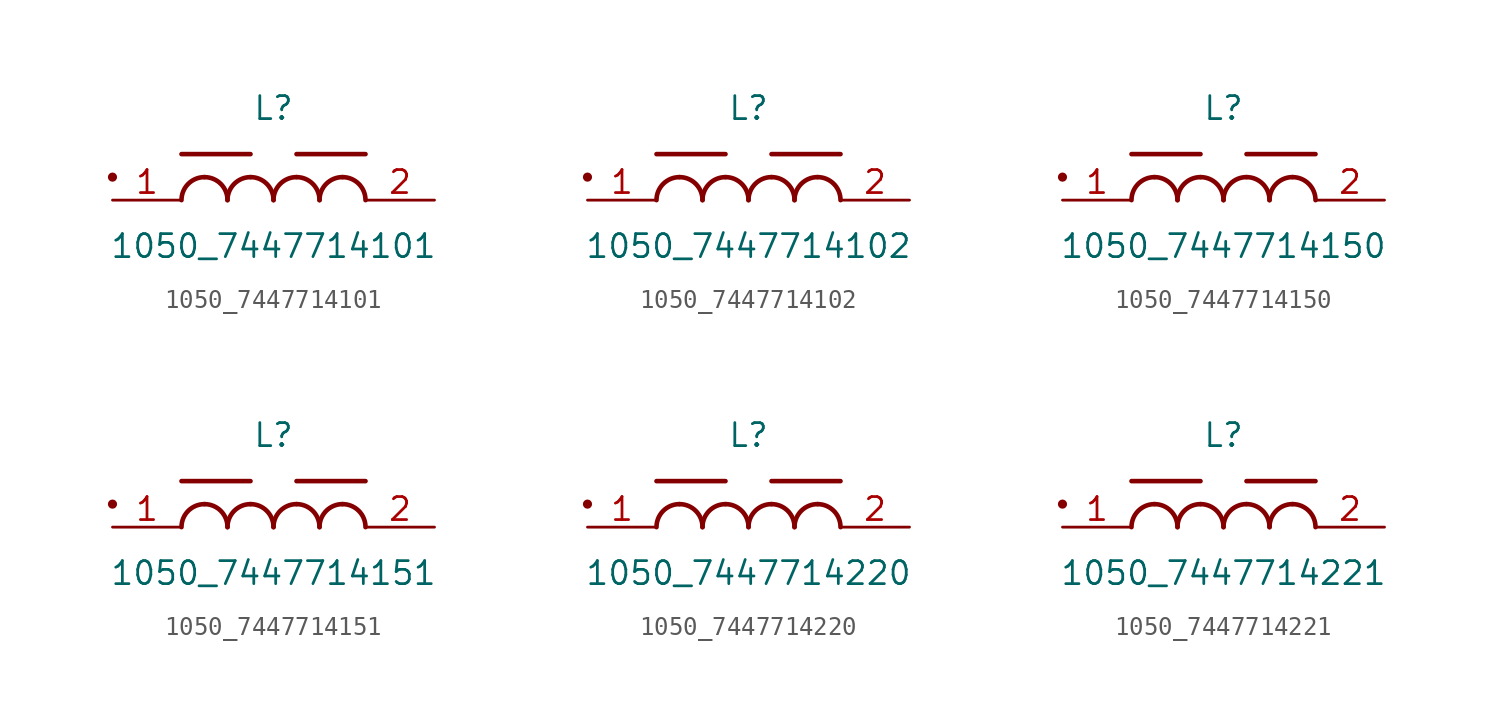
<source format=kicad_sym>
(kicad_symbol_lib
  (version 20211014)
  (generator kicad_symbol_editor)
  (symbol "Inductor_Wurth_WE-PD:1050_7447714101"
    (pin_names hide)
    (property "Reference" "L"
      (at 0 5.08 0)
      (effects (font (size 1.27 1.27))))
    (property "Value" "1050_7447714101"
      (at 0 -2.54 0)
      (effects (font (size 1.27 1.27))))
    (symbol "1050_7447714101_0_1"
      (circle (center -8.89 1.27) (radius 0.0001) (stroke (width 0.254)) (stroke (width 0.254) (type default) (color 0 0 0 0)) (fill (type none)))
      (arc (start -3.81 1.27) (mid -4.708 0.898) (end -5.08 0) (stroke (width 0.254) (type default) (color 0 0 0 0)) (fill (type none)))
      (arc (start -2.54 0) (mid -2.912 0.898) (end -3.81 1.27) (stroke (width 0.254) (type default) (color 0 0 0 0)) (fill (type none)))
      (arc (start -1.2699 1.2701) (mid -2.1679 0.8981) (end -2.5399 0.0001) (stroke (width 0.254) (type default) (color 0 0 0 0)) (fill (type none)))
      (polyline (pts (xy -5.08 2.54) (xy -1.27 2.54)) (stroke (width 0.254) (type default) (color 0 0 0 0)) (fill (type none)))
      (polyline (pts (xy 5.08 2.54) (xy 1.27 2.54)) (stroke (width 0.254) (type default) (color 0 0 0 0)) (fill (type none)))
      (arc (start 0.0001 0.0001) (mid -0.3719 0.8981) (end -1.2699 1.2701) (stroke (width 0.254) (type default) (color 0 0 0 0)) (fill (type none)))
      (arc (start 1.2701 1.2701) (mid 0.3721 0.8981) (end 0.0001 0.0001) (stroke (width 0.254) (type default) (color 0 0 0 0)) (fill (type none)))
      (arc (start 2.5401 0.0001) (mid 2.1681 0.8981) (end 1.2701 1.2701) (stroke (width 0.254) (type default) (color 0 0 0 0)) (fill (type none)))
      (arc (start 3.8101 1.2701) (mid 2.9121 0.8981) (end 2.5401 0.0001) (stroke (width 0.254) (type default) (color 0 0 0 0)) (fill (type none)))
      (arc (start 5.0801 0.0001) (mid 4.7081 0.8981) (end 3.8101 1.2701) (stroke (width 0.254) (type default) (color 0 0 0 0)) (fill (type none))))
    (symbol "1050_7447714101_1_1"
      (pin passive line (at -8.89 0 0) (length 3.81) (name "1" (effects (font (size 1.27 1.27)))) (number "1" (effects (font (size 1.27 1.27)))))
      (pin passive line (at 8.89 0 180) (length 3.81) (name "2" (effects (font (size 1.27 1.27)))) (number "2" (effects (font (size 1.27 1.27)))))))
  (symbol "Inductor_Wurth_WE-PD:1050_7447714102"
    (pin_names hide)
    (property "Reference" "L"
      (at 0 5.08 0)
      (effects (font (size 1.27 1.27))))
    (property "Value" "1050_7447714102"
      (at 0 -2.54 0)
      (effects (font (size 1.27 1.27))))
    (symbol "1050_7447714102_0_1"
      (circle (center -8.89 1.27) (radius 0.0001) (stroke (width 0.254)) (stroke (width 0.254) (type default) (color 0 0 0 0)) (fill (type none)))
      (arc (start -3.81 1.27) (mid -4.708 0.898) (end -5.08 0) (stroke (width 0.254) (type default) (color 0 0 0 0)) (fill (type none)))
      (arc (start -2.54 0) (mid -2.912 0.898) (end -3.81 1.27) (stroke (width 0.254) (type default) (color 0 0 0 0)) (fill (type none)))
      (arc (start -1.2699 1.2701) (mid -2.1679 0.8981) (end -2.5399 0.0001) (stroke (width 0.254) (type default) (color 0 0 0 0)) (fill (type none)))
      (polyline (pts (xy -5.08 2.54) (xy -1.27 2.54)) (stroke (width 0.254) (type default) (color 0 0 0 0)) (fill (type none)))
      (polyline (pts (xy 5.08 2.54) (xy 1.27 2.54)) (stroke (width 0.254) (type default) (color 0 0 0 0)) (fill (type none)))
      (arc (start 0.0001 0.0001) (mid -0.3719 0.8981) (end -1.2699 1.2701) (stroke (width 0.254) (type default) (color 0 0 0 0)) (fill (type none)))
      (arc (start 1.2701 1.2701) (mid 0.3721 0.8981) (end 0.0001 0.0001) (stroke (width 0.254) (type default) (color 0 0 0 0)) (fill (type none)))
      (arc (start 2.5401 0.0001) (mid 2.1681 0.8981) (end 1.2701 1.2701) (stroke (width 0.254) (type default) (color 0 0 0 0)) (fill (type none)))
      (arc (start 3.8101 1.2701) (mid 2.9121 0.8981) (end 2.5401 0.0001) (stroke (width 0.254) (type default) (color 0 0 0 0)) (fill (type none)))
      (arc (start 5.0801 0.0001) (mid 4.7081 0.8981) (end 3.8101 1.2701) (stroke (width 0.254) (type default) (color 0 0 0 0)) (fill (type none))))
    (symbol "1050_7447714102_1_1"
      (pin passive line (at -8.89 0 0) (length 3.81) (name "1" (effects (font (size 1.27 1.27)))) (number "1" (effects (font (size 1.27 1.27)))))
      (pin passive line (at 8.89 0 180) (length 3.81) (name "2" (effects (font (size 1.27 1.27)))) (number "2" (effects (font (size 1.27 1.27)))))))
  (symbol "Inductor_Wurth_WE-PD:1050_7447714150"
    (pin_names hide)
    (property "Reference" "L"
      (at 0 5.08 0)
      (effects (font (size 1.27 1.27))))
    (property "Value" "1050_7447714150"
      (at 0 -2.54 0)
      (effects (font (size 1.27 1.27))))
    (symbol "1050_7447714150_0_1"
      (circle (center -8.89 1.27) (radius 0.0001) (stroke (width 0.254)) (stroke (width 0.254) (type default) (color 0 0 0 0)) (fill (type none)))
      (arc (start -3.81 1.27) (mid -4.708 0.898) (end -5.08 0) (stroke (width 0.254) (type default) (color 0 0 0 0)) (fill (type none)))
      (arc (start -2.54 0) (mid -2.912 0.898) (end -3.81 1.27) (stroke (width 0.254) (type default) (color 0 0 0 0)) (fill (type none)))
      (arc (start -1.2699 1.2701) (mid -2.1679 0.8981) (end -2.5399 0.0001) (stroke (width 0.254) (type default) (color 0 0 0 0)) (fill (type none)))
      (polyline (pts (xy -5.08 2.54) (xy -1.27 2.54)) (stroke (width 0.254) (type default) (color 0 0 0 0)) (fill (type none)))
      (polyline (pts (xy 5.08 2.54) (xy 1.27 2.54)) (stroke (width 0.254) (type default) (color 0 0 0 0)) (fill (type none)))
      (arc (start 0.0001 0.0001) (mid -0.3719 0.8981) (end -1.2699 1.2701) (stroke (width 0.254) (type default) (color 0 0 0 0)) (fill (type none)))
      (arc (start 1.2701 1.2701) (mid 0.3721 0.8981) (end 0.0001 0.0001) (stroke (width 0.254) (type default) (color 0 0 0 0)) (fill (type none)))
      (arc (start 2.5401 0.0001) (mid 2.1681 0.8981) (end 1.2701 1.2701) (stroke (width 0.254) (type default) (color 0 0 0 0)) (fill (type none)))
      (arc (start 3.8101 1.2701) (mid 2.9121 0.8981) (end 2.5401 0.0001) (stroke (width 0.254) (type default) (color 0 0 0 0)) (fill (type none)))
      (arc (start 5.0801 0.0001) (mid 4.7081 0.8981) (end 3.8101 1.2701) (stroke (width 0.254) (type default) (color 0 0 0 0)) (fill (type none))))
    (symbol "1050_7447714150_1_1"
      (pin passive line (at -8.89 0 0) (length 3.81) (name "1" (effects (font (size 1.27 1.27)))) (number "1" (effects (font (size 1.27 1.27)))))
      (pin passive line (at 8.89 0 180) (length 3.81) (name "2" (effects (font (size 1.27 1.27)))) (number "2" (effects (font (size 1.27 1.27)))))))
  (symbol "Inductor_Wurth_WE-PD:1050_7447714151"
    (pin_names hide)
    (property "Reference" "L"
      (at 0 5.08 0)
      (effects (font (size 1.27 1.27))))
    (property "Value" "1050_7447714151"
      (at 0 -2.54 0)
      (effects (font (size 1.27 1.27))))
    (symbol "1050_7447714151_0_1"
      (circle (center -8.89 1.27) (radius 0.0001) (stroke (width 0.254)) (stroke (width 0.254) (type default) (color 0 0 0 0)) (fill (type none)))
      (arc (start -3.81 1.27) (mid -4.708 0.898) (end -5.08 0) (stroke (width 0.254) (type default) (color 0 0 0 0)) (fill (type none)))
      (arc (start -2.54 0) (mid -2.912 0.898) (end -3.81 1.27) (stroke (width 0.254) (type default) (color 0 0 0 0)) (fill (type none)))
      (arc (start -1.2699 1.2701) (mid -2.1679 0.8981) (end -2.5399 0.0001) (stroke (width 0.254) (type default) (color 0 0 0 0)) (fill (type none)))
      (polyline (pts (xy -5.08 2.54) (xy -1.27 2.54)) (stroke (width 0.254) (type default) (color 0 0 0 0)) (fill (type none)))
      (polyline (pts (xy 5.08 2.54) (xy 1.27 2.54)) (stroke (width 0.254) (type default) (color 0 0 0 0)) (fill (type none)))
      (arc (start 0.0001 0.0001) (mid -0.3719 0.8981) (end -1.2699 1.2701) (stroke (width 0.254) (type default) (color 0 0 0 0)) (fill (type none)))
      (arc (start 1.2701 1.2701) (mid 0.3721 0.8981) (end 0.0001 0.0001) (stroke (width 0.254) (type default) (color 0 0 0 0)) (fill (type none)))
      (arc (start 2.5401 0.0001) (mid 2.1681 0.8981) (end 1.2701 1.2701) (stroke (width 0.254) (type default) (color 0 0 0 0)) (fill (type none)))
      (arc (start 3.8101 1.2701) (mid 2.9121 0.8981) (end 2.5401 0.0001) (stroke (width 0.254) (type default) (color 0 0 0 0)) (fill (type none)))
      (arc (start 5.0801 0.0001) (mid 4.7081 0.8981) (end 3.8101 1.2701) (stroke (width 0.254) (type default) (color 0 0 0 0)) (fill (type none))))
    (symbol "1050_7447714151_1_1"
      (pin passive line (at -8.89 0 0) (length 3.81) (name "1" (effects (font (size 1.27 1.27)))) (number "1" (effects (font (size 1.27 1.27)))))
      (pin passive line (at 8.89 0 180) (length 3.81) (name "2" (effects (font (size 1.27 1.27)))) (number "2" (effects (font (size 1.27 1.27)))))))
  (symbol "Inductor_Wurth_WE-PD:1050_7447714220"
    (pin_names hide)
    (property "Reference" "L"
      (at 0 5.08 0)
      (effects (font (size 1.27 1.27))))
    (property "Value" "1050_7447714220"
      (at 0 -2.54 0)
      (effects (font (size 1.27 1.27))))
    (symbol "1050_7447714220_0_1"
      (circle (center -8.89 1.27) (radius 0.0001) (stroke (width 0.254)) (stroke (width 0.254) (type default) (color 0 0 0 0)) (fill (type none)))
      (arc (start -3.81 1.27) (mid -4.708 0.898) (end -5.08 0) (stroke (width 0.254) (type default) (color 0 0 0 0)) (fill (type none)))
      (arc (start -2.54 0) (mid -2.912 0.898) (end -3.81 1.27) (stroke (width 0.254) (type default) (color 0 0 0 0)) (fill (type none)))
      (arc (start -1.2699 1.2701) (mid -2.1679 0.8981) (end -2.5399 0.0001) (stroke (width 0.254) (type default) (color 0 0 0 0)) (fill (type none)))
      (polyline (pts (xy -5.08 2.54) (xy -1.27 2.54)) (stroke (width 0.254) (type default) (color 0 0 0 0)) (fill (type none)))
      (polyline (pts (xy 5.08 2.54) (xy 1.27 2.54)) (stroke (width 0.254) (type default) (color 0 0 0 0)) (fill (type none)))
      (arc (start 0.0001 0.0001) (mid -0.3719 0.8981) (end -1.2699 1.2701) (stroke (width 0.254) (type default) (color 0 0 0 0)) (fill (type none)))
      (arc (start 1.2701 1.2701) (mid 0.3721 0.8981) (end 0.0001 0.0001) (stroke (width 0.254) (type default) (color 0 0 0 0)) (fill (type none)))
      (arc (start 2.5401 0.0001) (mid 2.1681 0.8981) (end 1.2701 1.2701) (stroke (width 0.254) (type default) (color 0 0 0 0)) (fill (type none)))
      (arc (start 3.8101 1.2701) (mid 2.9121 0.8981) (end 2.5401 0.0001) (stroke (width 0.254) (type default) (color 0 0 0 0)) (fill (type none)))
      (arc (start 5.0801 0.0001) (mid 4.7081 0.8981) (end 3.8101 1.2701) (stroke (width 0.254) (type default) (color 0 0 0 0)) (fill (type none))))
    (symbol "1050_7447714220_1_1"
      (pin passive line (at -8.89 0 0) (length 3.81) (name "1" (effects (font (size 1.27 1.27)))) (number "1" (effects (font (size 1.27 1.27)))))
      (pin passive line (at 8.89 0 180) (length 3.81) (name "2" (effects (font (size 1.27 1.27)))) (number "2" (effects (font (size 1.27 1.27)))))))
  (symbol "Inductor_Wurth_WE-PD:1050_7447714221"
    (pin_names hide)
    (property "Reference" "L"
      (at 0 5.08 0)
      (effects (font (size 1.27 1.27))))
    (property "Value" "1050_7447714221"
      (at 0 -2.54 0)
      (effects (font (size 1.27 1.27))))
    (symbol "1050_7447714221_0_1"
      (circle (center -8.89 1.27) (radius 0.0001) (stroke (width 0.254)) (stroke (width 0.254) (type default) (color 0 0 0 0)) (fill (type none)))
      (arc (start -3.81 1.27) (mid -4.708 0.898) (end -5.08 0) (stroke (width 0.254) (type default) (color 0 0 0 0)) (fill (type none)))
      (arc (start -2.54 0) (mid -2.912 0.898) (end -3.81 1.27) (stroke (width 0.254) (type default) (color 0 0 0 0)) (fill (type none)))
      (arc (start -1.2699 1.2701) (mid -2.1679 0.8981) (end -2.5399 0.0001) (stroke (width 0.254) (type default) (color 0 0 0 0)) (fill (type none)))
      (polyline (pts (xy -5.08 2.54) (xy -1.27 2.54)) (stroke (width 0.254) (type default) (color 0 0 0 0)) (fill (type none)))
      (polyline (pts (xy 5.08 2.54) (xy 1.27 2.54)) (stroke (width 0.254) (type default) (color 0 0 0 0)) (fill (type none)))
      (arc (start 0.0001 0.0001) (mid -0.3719 0.8981) (end -1.2699 1.2701) (stroke (width 0.254) (type default) (color 0 0 0 0)) (fill (type none)))
      (arc (start 1.2701 1.2701) (mid 0.3721 0.8981) (end 0.0001 0.0001) (stroke (width 0.254) (type default) (color 0 0 0 0)) (fill (type none)))
      (arc (start 2.5401 0.0001) (mid 2.1681 0.8981) (end 1.2701 1.2701) (stroke (width 0.254) (type default) (color 0 0 0 0)) (fill (type none)))
      (arc (start 3.8101 1.2701) (mid 2.9121 0.8981) (end 2.5401 0.0001) (stroke (width 0.254) (type default) (color 0 0 0 0)) (fill (type none)))
      (arc (start 5.0801 0.0001) (mid 4.7081 0.8981) (end 3.8101 1.2701) (stroke (width 0.254) (type default) (color 0 0 0 0)) (fill (type none))))
    (symbol "1050_7447714221_1_1"
      (pin passive line (at -8.89 0 0) (length 3.81) (name "1" (effects (font (size 1.27 1.27)))) (number "1" (effects (font (size 1.27 1.27)))))
      (pin passive line (at 8.89 0 180) (length 3.81) (name "2" (effects (font (size 1.27 1.27)))) (number "2" (effects (font (size 1.27 1.27))))))))
</source>
